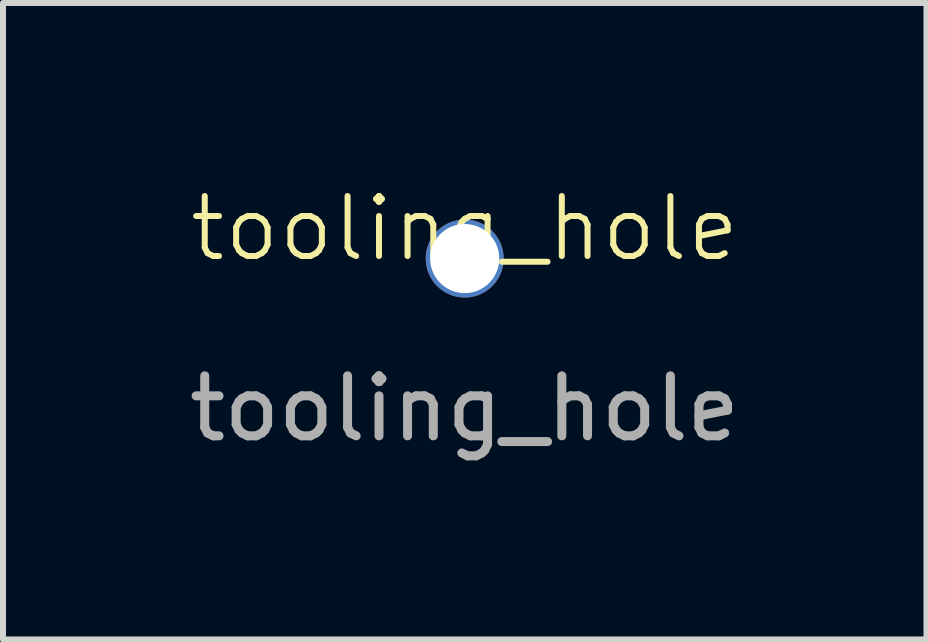
<source format=kicad_pcb>
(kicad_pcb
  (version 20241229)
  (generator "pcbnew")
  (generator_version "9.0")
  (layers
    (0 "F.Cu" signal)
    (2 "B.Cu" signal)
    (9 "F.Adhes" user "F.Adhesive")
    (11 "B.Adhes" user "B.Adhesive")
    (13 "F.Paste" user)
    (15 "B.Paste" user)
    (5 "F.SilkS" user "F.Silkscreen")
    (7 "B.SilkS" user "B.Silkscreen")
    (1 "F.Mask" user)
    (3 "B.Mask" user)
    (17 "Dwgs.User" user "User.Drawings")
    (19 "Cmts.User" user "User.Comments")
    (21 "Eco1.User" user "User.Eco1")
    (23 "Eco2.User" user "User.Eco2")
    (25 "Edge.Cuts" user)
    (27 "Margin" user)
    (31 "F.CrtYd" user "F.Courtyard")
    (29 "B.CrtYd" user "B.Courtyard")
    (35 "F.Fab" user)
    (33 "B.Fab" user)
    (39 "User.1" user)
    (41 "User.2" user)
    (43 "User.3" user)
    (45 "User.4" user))
  (footprint "tooling_hole"
    (layer "F.Cu")
    (at 4.696 1.26)
    (property "Reference" "tooling_hole" (at 0 -0.5 0) (unlocked yes) (layer "F.SilkS") (effects (font (size 1 1) (thickness 0.1))))
    (attr through_hole)
    (fp_text user "${REFERENCE}" (at 0 2.5 0) (unlocked yes) (layer "F.Fab") (effects (font (size 1 1) (thickness 0.15))))
    (pad "" np_thru_hole circle (at 0 0) (size 1.3 1.3) (drill 1.152) (layers "*.Cu" "*.Mask")))
  (gr_rect
    (start -3 -3)
    (end 12.393 7.609)
    (stroke (width 0.1) (type default))
    (fill no)
    (layer "Edge.Cuts")))
</source>
